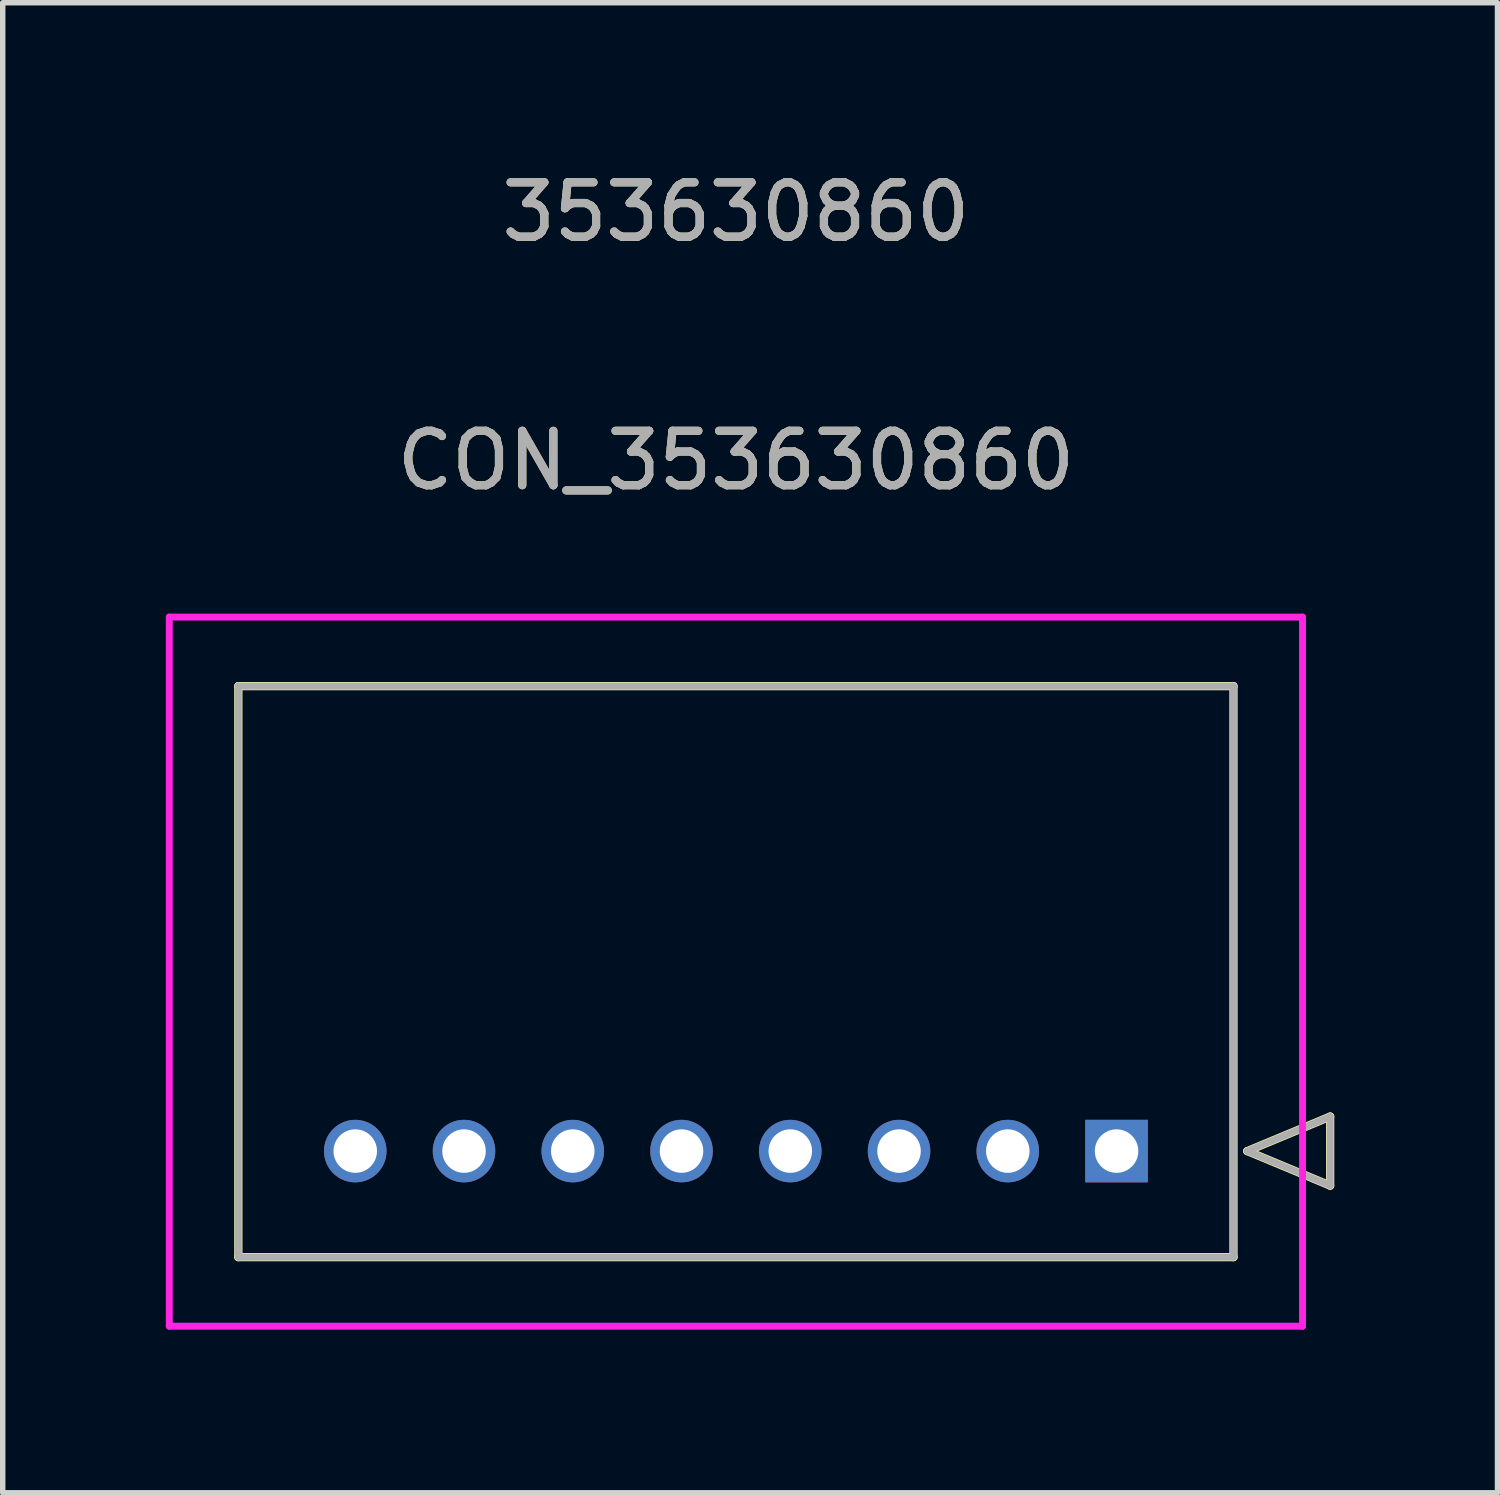
<source format=kicad_pcb>
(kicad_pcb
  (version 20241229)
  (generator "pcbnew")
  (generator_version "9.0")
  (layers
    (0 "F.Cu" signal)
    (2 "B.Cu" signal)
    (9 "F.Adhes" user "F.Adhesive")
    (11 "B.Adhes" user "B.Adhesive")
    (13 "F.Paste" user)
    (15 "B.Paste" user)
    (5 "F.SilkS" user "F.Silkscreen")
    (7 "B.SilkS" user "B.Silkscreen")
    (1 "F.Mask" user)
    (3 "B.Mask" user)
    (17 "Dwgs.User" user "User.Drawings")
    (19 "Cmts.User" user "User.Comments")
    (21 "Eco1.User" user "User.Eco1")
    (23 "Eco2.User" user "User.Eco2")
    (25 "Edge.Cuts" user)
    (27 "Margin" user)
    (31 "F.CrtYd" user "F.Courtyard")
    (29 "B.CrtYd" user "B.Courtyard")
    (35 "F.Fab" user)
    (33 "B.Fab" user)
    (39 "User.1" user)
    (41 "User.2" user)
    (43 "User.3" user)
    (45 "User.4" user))
  (footprint "CON_353630860"
    (layer "F.Cu")
    (at 17.483 18.118)
    (property "Reference" "CON_353630860" (at -7 -12.7 0) (unlocked yes) (layer "F.SilkS") (effects (font (size 1 1) (thickness 0.15))))
    (attr through_hole)
    (fp_line (start -16.15 -8.55) (end -16.15 1.95) (stroke (width 0.152) (type solid)) (layer "F.SilkS"))
    (fp_line (start -16.15 1.95) (end 2.15 1.95) (stroke (width 0.152) (type solid)) (layer "F.SilkS"))
    (fp_line (start 2.15 -8.55) (end -16.15 -8.55) (stroke (width 0.152) (type solid)) (layer "F.SilkS"))
    (fp_line (start 2.15 1.95) (end 2.15 -8.55) (stroke (width 0.152) (type solid)) (layer "F.SilkS"))
    (fp_line (start 2.404 0) (end 3.928 -0.635) (stroke (width 0.152) (type solid)) (layer "F.SilkS"))
    (fp_line (start 3.928 -0.635) (end 3.928 0.635) (stroke (width 0.152) (type solid)) (layer "F.SilkS"))
    (fp_line (start 3.928 0.635) (end 2.404 0) (stroke (width 0.152) (type solid)) (layer "F.SilkS"))
    (fp_line (start -17.42 -9.82) (end -17.42 3.22) (stroke (width 0.127) (type solid)) (layer "F.CrtYd"))
    (fp_line (start -17.42 3.22) (end 3.42 3.22) (stroke (width 0.127) (type solid)) (layer "F.CrtYd"))
    (fp_line (start 3.42 -9.82) (end -17.42 -9.82) (stroke (width 0.127) (type solid)) (layer "F.CrtYd"))
    (fp_line (start 3.42 3.22) (end 3.42 -9.82) (stroke (width 0.127) (type solid)) (layer "F.CrtYd"))
    (fp_line (start -16.15 -8.55) (end -16.15 1.95) (stroke (width 0.127) (type solid)) (layer "F.Fab"))
    (fp_line (start -16.15 1.95) (end 2.15 1.95) (stroke (width 0.127) (type solid)) (layer "F.Fab"))
    (fp_line (start 2.15 -8.55) (end -16.15 -8.55) (stroke (width 0.127) (type solid)) (layer "F.Fab"))
    (fp_line (start 2.15 1.95) (end 2.15 -8.55) (stroke (width 0.127) (type solid)) (layer "F.Fab"))
    (fp_line (start 2.404 0) (end 3.928 -0.635) (stroke (width 0.127) (type solid)) (layer "F.Fab"))
    (fp_line (start 3.928 -0.635) (end 3.928 0.635) (stroke (width 0.127) (type solid)) (layer "F.Fab"))
    (fp_line (start 3.928 0.635) (end 2.404 0) (stroke (width 0.127) (type solid)) (layer "F.Fab"))
    (fp_text user "353630860" (at -7 -17.27 0) (unlocked yes) (layer "F.SilkS") (effects (font (size 1 1) (thickness 0.15))))
    (fp_text user "${REFERENCE}" (at -7 -12.7 0) (unlocked yes) (layer "F.Fab") (effects (font (size 1 1) (thickness 0.15))))
    (fp_text user "353630860" (at -7 -17.27 0) (unlocked yes) (layer "F.Fab") (effects (font (size 1 1) (thickness 0.15))))
    (pad "1" thru_hole rect (at 0 0) (size 1.15 1.15) (drill 0.8) (layers "*.Cu" "*.Mask"))
    (pad "2" thru_hole circle (at -2 0) (size 1.15 1.15) (drill 0.8) (layers "*.Cu" "*.Mask"))
    (pad "3" thru_hole circle (at -4 0) (size 1.15 1.15) (drill 0.8) (layers "*.Cu" "*.Mask"))
    (pad "4" thru_hole circle (at -6 0) (size 1.15 1.15) (drill 0.8) (layers "*.Cu" "*.Mask"))
    (pad "5" thru_hole circle (at -8 0) (size 1.15 1.15) (drill 0.8) (layers "*.Cu" "*.Mask"))
    (pad "6" thru_hole circle (at -10 0) (size 1.15 1.15) (drill 0.8) (layers "*.Cu" "*.Mask"))
    (pad "7" thru_hole circle (at -12 0) (size 1.15 1.15) (drill 0.8) (layers "*.Cu" "*.Mask"))
    (pad "8" thru_hole circle (at -14 0) (size 1.15 1.15) (drill 0.8) (layers "*.Cu" "*.Mask")))
  (gr_rect
    (start -3 -3)
    (end 24.488 24.402)
    (stroke (width 0.1) (type default))
    (fill no)
    (layer "Edge.Cuts")))
</source>
